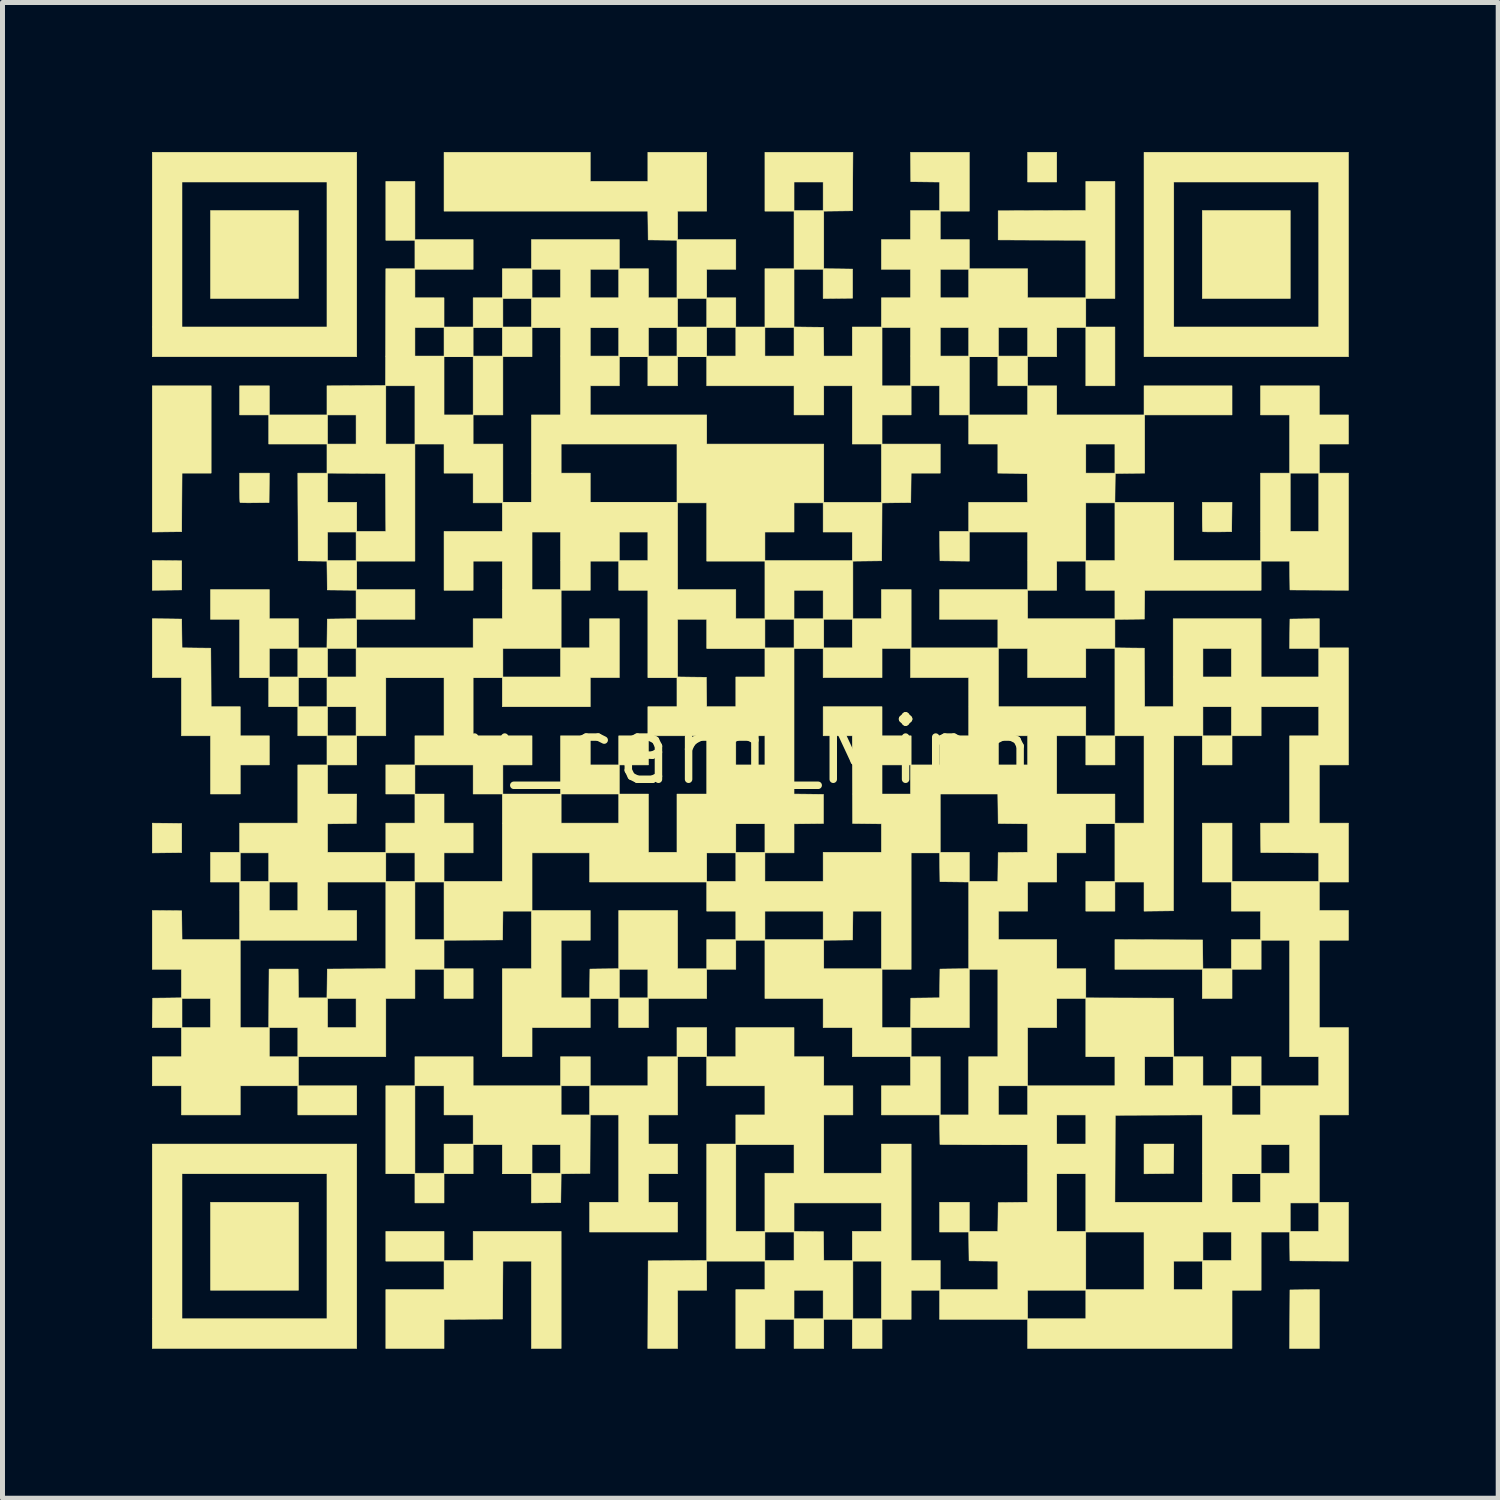
<source format=kicad_pcb>
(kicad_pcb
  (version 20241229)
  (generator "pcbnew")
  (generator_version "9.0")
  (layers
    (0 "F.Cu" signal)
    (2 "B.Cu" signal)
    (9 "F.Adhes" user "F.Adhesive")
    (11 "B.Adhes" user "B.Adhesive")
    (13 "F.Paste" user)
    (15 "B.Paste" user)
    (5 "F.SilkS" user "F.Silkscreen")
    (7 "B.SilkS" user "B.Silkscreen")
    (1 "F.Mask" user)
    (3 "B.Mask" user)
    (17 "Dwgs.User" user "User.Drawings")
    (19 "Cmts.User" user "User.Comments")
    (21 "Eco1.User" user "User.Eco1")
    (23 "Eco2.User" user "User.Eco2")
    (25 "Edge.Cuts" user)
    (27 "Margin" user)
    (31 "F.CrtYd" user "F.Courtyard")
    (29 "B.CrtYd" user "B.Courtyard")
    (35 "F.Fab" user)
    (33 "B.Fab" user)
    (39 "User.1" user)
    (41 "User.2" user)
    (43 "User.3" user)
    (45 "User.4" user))
  (footprint "v_card_Minh"
    (layer "F.Cu")
    (at 12.007 12.007)
    (property "Reference" "v_card_Minh" (at 0 0 0) (layer "F.SilkS") (effects (font (size 1.27 1.27) (thickness 0.15))))
    (attr through_hole)
    (fp_poly (pts (xy -9.068 -9.068) (xy -10.833 -9.068) (xy -10.833 -10.833) (xy -9.068 -10.833) (xy -9.068 -9.068)) (stroke (width 0.01) (type solid)) (fill yes) (layer "F.SilkS"))
    (fp_poly (pts (xy -9.068 10.833) (xy -10.833 10.833) (xy -10.833 9.068) (xy -9.068 9.068) (xy -9.068 10.833)) (stroke (width 0.01) (type solid)) (fill yes) (layer "F.SilkS"))
    (fp_poly (pts (xy -6.731 0.876) (xy -7.315 0.876) (xy -7.315 0.292) (xy -6.731 0.292) (xy -6.731 0.876)) (stroke (width 0.01) (type solid)) (fill yes) (layer "F.SilkS"))
    (fp_poly (pts (xy 6.147 -11.405) (xy 5.563 -11.405) (xy 5.563 -12.002) (xy 6.147 -12.002) (xy 6.147 -11.405)) (stroke (width 0.01) (type solid)) (fill yes) (layer "F.SilkS"))
    (fp_poly (pts (xy 7.315 0.292) (xy 6.731 0.292) (xy 6.731 -0.292) (xy 7.315 -0.292) (xy 7.315 0.292)) (stroke (width 0.01) (type solid)) (fill yes) (layer "F.SilkS"))
    (fp_poly (pts (xy 8.49 8.49) (xy 7.899 8.497) (xy 7.899 7.899) (xy 8.497 7.899) (xy 8.49 8.49)) (stroke (width 0.01) (type solid)) (fill yes) (layer "F.SilkS"))
    (fp_poly (pts (xy 10.833 -9.068) (xy 9.068 -9.068) (xy 9.068 -10.833) (xy 10.833 -10.833) (xy 10.833 -9.068)) (stroke (width 0.01) (type solid)) (fill yes) (layer "F.SilkS"))
    (fp_poly (pts (xy -11.706 -3.807) (xy -11.411 -3.804) (xy -11.411 -3.219) (xy -12.002 -3.213) (xy -12.002 -3.81) (xy -11.706 -3.807)) (stroke (width 0.01) (type solid)) (fill yes) (layer "F.SilkS"))
    (fp_poly (pts (xy -11.706 1.463) (xy -11.411 1.467) (xy -11.411 2.051) (xy -12.002 2.058) (xy -12.002 1.46) (xy -11.706 1.463)) (stroke (width 0.01) (type solid)) (fill yes) (layer "F.SilkS"))
    (fp_poly (pts (xy 11.417 12.002) (xy 10.82 12.002) (xy 10.827 10.827) (xy 11.122 10.823) (xy 11.417 10.82) (xy 11.417 12.002)) (stroke (width 0.01) (type solid)) (fill yes) (layer "F.SilkS"))
    (fp_poly (pts (xy -10.82 -5.563) (xy -11.404 -5.563) (xy -11.408 -4.975) (xy -11.411 -4.388) (xy -12.002 -4.381) (xy -12.002 -7.315) (xy -10.82 -7.315) (xy -10.82 -5.563)) (stroke (width 0.01) (type solid)) (fill yes) (layer "F.SilkS"))
    (fp_poly (pts (xy -7.899 -7.899) (xy -12.002 -7.899) (xy -12.002 -11.405) (xy -11.405 -11.405) (xy -11.405 -8.496) (xy -8.496 -8.496) (xy -8.496 -11.405) (xy -11.405 -11.405) (xy -12.002 -11.405) (xy -12.002 -12.002) (xy -7.899 -12.002) (xy -7.899 -7.899)) (stroke (width 0.01) (type solid)) (fill yes) (layer "F.SilkS"))
    (fp_poly (pts (xy -7.899 12.002) (xy -12.002 12.002) (xy -12.002 8.496) (xy -11.405 8.496) (xy -11.405 11.405) (xy -8.496 11.405) (xy -8.496 8.496) (xy -11.405 8.496) (xy -12.002 8.496) (xy -12.002 7.899) (xy -7.899 7.899) (xy -7.899 12.002)) (stroke (width 0.01) (type solid)) (fill yes) (layer "F.SilkS"))
    (fp_poly (pts (xy 12.002 -7.899) (xy 7.899 -7.899) (xy 7.899 -11.405) (xy 8.496 -11.405) (xy 8.496 -8.496) (xy 11.405 -8.496) (xy 11.405 -11.405) (xy 8.496 -11.405) (xy 7.899 -11.405) (xy 7.899 -12.002) (xy 12.002 -12.002) (xy 12.002 -7.899)) (stroke (width 0.01) (type solid)) (fill yes) (layer "F.SilkS"))
    (fp_poly (pts (xy -9.658 -4.972) (xy -9.945 -4.969) (xy -10.028 -4.968) (xy -10.102 -4.968) (xy -10.164 -4.969) (xy -10.21 -4.971) (xy -10.236 -4.973) (xy -10.24 -4.974) (xy -10.243 -4.989) (xy -10.245 -5.025) (xy -10.247 -5.079) (xy -10.248 -5.148) (xy -10.249 -5.227) (xy -10.249 -5.273) (xy -10.249 -5.563) (xy -9.652 -5.563) (xy -9.658 -4.972)) (stroke (width 0.01) (type solid)) (fill yes) (layer "F.SilkS"))
    (fp_poly (pts (xy 9.658 -4.388) (xy 9.372 -4.384) (xy 9.289 -4.384) (xy 9.215 -4.384) (xy 9.153 -4.385) (xy 9.107 -4.386) (xy 9.081 -4.388) (xy 9.076 -4.39) (xy 9.074 -4.404) (xy 9.072 -4.441) (xy 9.07 -4.495) (xy 9.069 -4.564) (xy 9.068 -4.643) (xy 9.068 -4.688) (xy 9.068 -4.978) (xy 9.665 -4.978) (xy 9.658 -4.388)) (stroke (width 0.01) (type solid)) (fill yes) (layer "F.SilkS"))
    (fp_poly (pts (xy -6.147 10.236) (xy -5.563 10.236) (xy -5.563 9.652) (xy -3.797 9.652) (xy -3.797 12.002) (xy -4.394 12.002) (xy -4.394 10.249) (xy -4.965 10.249) (xy -4.972 11.411) (xy -5.559 11.414) (xy -6.147 11.418) (xy -6.147 12.002) (xy -7.315 12.002) (xy -7.315 10.82) (xy -6.147 10.82) (xy -6.147 10.249) (xy -7.315 10.249) (xy -7.315 9.652) (xy -6.147 9.652) (xy -6.147 10.236)) (stroke (width 0.01) (type solid)) (fill yes) (layer "F.SilkS"))
    (fp_poly (pts (xy -11.706 -2.639) (xy -11.411 -2.635) (xy -11.408 -2.347) (xy -11.404 -2.058) (xy -11.115 -2.054) (xy -10.827 -2.051) (xy -10.823 -1.464) (xy -10.82 -0.876) (xy -10.236 -0.876) (xy -10.236 -0.292) (xy -9.652 -0.292) (xy -9.652 0.292) (xy -10.236 0.292) (xy -10.236 0.876) (xy -10.833 0.876) (xy -10.833 -0.292) (xy -11.417 -0.292) (xy -11.417 -1.46) (xy -12.002 -1.46) (xy -12.002 -2.642) (xy -11.706 -2.639)) (stroke (width 0.01) (type solid)) (fill yes) (layer "F.SilkS"))
    (fp_poly (pts (xy -0.876 6.147) (xy -1.46 6.147) (xy -1.46 7.315) (xy -2.045 7.315) (xy -2.045 7.899) (xy -1.46 7.899) (xy -1.46 8.496) (xy -2.045 8.496) (xy -2.045 9.068) (xy -1.46 9.068) (xy -1.46 9.665) (xy -3.226 9.665) (xy -3.226 9.068) (xy -2.642 9.068) (xy -2.642 7.315) (xy -3.213 7.315) (xy -3.216 7.903) (xy -3.219 8.49) (xy -3.508 8.493) (xy -3.797 8.497) (xy -3.8 8.785) (xy -3.804 9.074) (xy -4.394 9.081) (xy -4.394 8.496) (xy -4.978 8.496) (xy -4.978 7.912) (xy -4.381 7.912) (xy -4.381 8.484) (xy -3.81 8.484) (xy -3.81 7.912) (xy -4.381 7.912) (xy -4.978 7.912) (xy -5.563 7.912) (xy -5.563 8.496) (xy -6.147 8.496) (xy -6.147 9.081) (xy -6.731 9.081) (xy -6.731 8.496) (xy -7.315 8.496) (xy -7.315 6.731) (xy -6.731 6.731) (xy -6.731 8.484) (xy -6.147 8.484) (xy -6.147 7.899) (xy -5.563 7.899) (xy -5.563 7.315) (xy -6.147 7.315) (xy -6.147 6.731) (xy -6.731 6.731) (xy -6.731 6.147) (xy -5.563 6.147) (xy -5.563 6.731) (xy -3.81 6.731) (xy -3.797 6.731) (xy -3.797 7.315) (xy -3.226 7.315) (xy -3.226 6.731) (xy -3.797 6.731) (xy -3.81 6.731) (xy -3.81 6.147) (xy -3.213 6.147) (xy -3.213 6.731) (xy -2.057 6.731) (xy -2.057 6.147) (xy -1.473 6.147) (xy -1.473 5.563) (xy -0.876 5.563) (xy -0.876 6.147)) (stroke (width 0.01) (type solid)) (fill yes) (layer "F.SilkS"))
    (fp_poly (pts (xy -3.213 -11.417) (xy -2.057 -11.417) (xy -2.057 -12.002) (xy -0.876 -12.002) (xy -0.876 -10.82) (xy -1.46 -10.82) (xy -1.46 -10.249) (xy -0.292 -10.249) (xy -0.292 -9.652) (xy -0.876 -9.652) (xy -0.876 -9.081) (xy -0.292 -9.081) (xy -0.292 -8.496) (xy 0.292 -8.496) (xy 0.292 -9.665) (xy 0.876 -9.665) (xy 0.876 -10.82) (xy 0.292 -10.82) (xy 0.292 -11.405) (xy 0.876 -11.405) (xy 0.876 -10.833) (xy 1.46 -10.833) (xy 1.46 -11.405) (xy 0.876 -11.405) (xy 0.292 -11.405) (xy 0.292 -12.002) (xy 2.058 -12.002) (xy 2.054 -11.414) (xy 2.051 -10.827) (xy 1.473 -10.82) (xy 1.473 -9.665) (xy 1.762 -9.662) (xy 2.051 -9.658) (xy 2.051 -9.074) (xy 1.46 -9.067) (xy 1.46 -9.652) (xy 0.876 -9.652) (xy 0.876 -8.497) (xy 1.172 -8.493) (xy 1.467 -8.49) (xy 1.474 -7.912) (xy 2.045 -7.912) (xy 2.045 -8.484) (xy 2.642 -8.484) (xy 2.642 -7.315) (xy 3.213 -7.315) (xy 3.213 -7.899) (xy 4.394 -7.899) (xy 4.394 -6.731) (xy 5.563 -6.731) (xy 5.563 -7.315) (xy 4.966 -7.315) (xy 4.966 -7.899) (xy 4.394 -7.899) (xy 3.213 -7.899) (xy 3.213 -8.484) (xy 3.81 -8.484) (xy 3.81 -7.912) (xy 4.381 -7.912) (xy 4.381 -8.484) (xy 4.978 -8.484) (xy 4.978 -7.912) (xy 5.563 -7.912) (xy 5.563 -8.484) (xy 4.978 -8.484) (xy 4.381 -8.484) (xy 3.81 -8.484) (xy 3.213 -8.484) (xy 2.642 -8.484) (xy 2.045 -8.484) (xy 2.045 -8.496) (xy 2.629 -8.496) (xy 2.629 -9.081) (xy 3.213 -9.081) (xy 3.213 -9.652) (xy 3.81 -9.652) (xy 3.81 -9.081) (xy 4.381 -9.081) (xy 4.381 -9.652) (xy 3.81 -9.652) (xy 3.213 -9.652) (xy 2.629 -9.652) (xy 2.629 -10.249) (xy 3.213 -10.249) (xy 3.213 -10.833) (xy 3.797 -10.833) (xy 3.797 -11.404) (xy 3.219 -11.411) (xy 3.216 -11.706) (xy 3.213 -12.002) (xy 4.394 -12.002) (xy 4.394 -10.82) (xy 3.81 -10.82) (xy 3.81 -10.249) (xy 4.394 -10.249) (xy 4.394 -9.665) (xy 5.563 -9.665) (xy 5.563 -9.081) (xy 6.731 -9.081) (xy 6.731 -10.236) (xy 5.852 -10.239) (xy 4.972 -10.243) (xy 4.972 -10.827) (xy 6.731 -10.833) (xy 6.731 -11.417) (xy 7.315 -11.417) (xy 7.315 -9.068) (xy 6.731 -9.068) (xy 6.731 -8.496) (xy 7.315 -8.496) (xy 7.315 -7.315) (xy 6.731 -7.315) (xy 6.731 -8.484) (xy 6.147 -8.484) (xy 6.147 -7.899) (xy 5.563 -7.899) (xy 5.563 -7.315) (xy 6.147 -7.315) (xy 6.147 -6.731) (xy 7.899 -6.731) (xy 7.899 -7.315) (xy 9.665 -7.315) (xy 9.665 -6.731) (xy 7.912 -6.731) (xy 7.912 -5.563) (xy 7.617 -5.56) (xy 7.322 -5.556) (xy 7.318 -5.267) (xy 7.315 -4.978) (xy 8.496 -4.978) (xy 8.496 -3.81) (xy 10.236 -3.81) (xy 10.236 -5.563) (xy 10.82 -5.563) (xy 10.833 -5.563) (xy 10.833 -4.394) (xy 11.405 -4.394) (xy 11.405 -5.563) (xy 10.833 -5.563) (xy 10.82 -5.563) (xy 10.82 -6.731) (xy 10.236 -6.731) (xy 10.236 -7.315) (xy 11.417 -7.315) (xy 11.417 -6.731) (xy 12.002 -6.731) (xy 12.002 -6.147) (xy 11.417 -6.147) (xy 11.417 -5.563) (xy 12.002 -5.563) (xy 12.002 -4.388) (xy 12.001 -3.213) (xy 11.414 -3.216) (xy 10.827 -3.219) (xy 10.823 -3.508) (xy 10.82 -3.797) (xy 10.534 -3.797) (xy 10.249 -3.797) (xy 10.249 -3.213) (xy 7.913 -3.213) (xy 7.906 -2.635) (xy 7.315 -2.628) (xy 7.315 -2.058) (xy 7.61 -2.054) (xy 7.906 -2.051) (xy 7.909 -1.464) (xy 7.912 -0.876) (xy 8.484 -0.876) (xy 9.081 -0.876) (xy 9.081 -0.292) (xy 9.652 -0.292) (xy 9.652 -0.876) (xy 9.081 -0.876) (xy 8.484 -0.876) (xy 8.484 -2.045) (xy 9.081 -2.045) (xy 9.081 -1.473) (xy 9.652 -1.473) (xy 9.652 -2.045) (xy 9.081 -2.045) (xy 8.484 -2.045) (xy 8.484 -2.642) (xy 10.249 -2.642) (xy 10.249 -1.473) (xy 11.405 -1.473) (xy 11.405 -2.045) (xy 10.82 -2.045) (xy 10.823 -2.34) (xy 10.827 -2.635) (xy 11.122 -2.639) (xy 11.417 -2.642) (xy 11.417 -2.057) (xy 12.002 -2.057) (xy 12.002 0.292) (xy 11.417 0.292) (xy 11.417 1.46) (xy 12.002 1.46) (xy 12.002 2.642) (xy 11.417 2.642) (xy 11.417 3.213) (xy 12.002 3.213) (xy 12.002 3.81) (xy 11.417 3.81) (xy 11.417 5.563) (xy 12.002 5.563) (xy 12.002 7.315) (xy 11.417 7.315) (xy 11.417 9.068) (xy 12.002 9.068) (xy 12.001 9.658) (xy 12.001 10.249) (xy 11.414 10.246) (xy 10.827 10.243) (xy 10.823 9.954) (xy 10.82 9.665) (xy 10.249 9.665) (xy 10.249 10.833) (xy 9.665 10.833) (xy 9.665 12.002) (xy 5.563 12.002) (xy 5.563 11.417) (xy 3.797 11.417) (xy 3.797 10.833) (xy 5.563 10.833) (xy 5.563 11.405) (xy 6.731 11.405) (xy 6.731 10.833) (xy 5.563 10.833) (xy 3.797 10.833) (xy 3.226 10.833) (xy 3.226 11.417) (xy 2.642 11.417) (xy 2.642 12.002) (xy 2.045 12.002) (xy 2.045 11.417) (xy 1.473 11.417) (xy 1.473 12.002) (xy 0.876 12.002) (xy 0.876 11.417) (xy 0.292 11.417) (xy 0.292 12.002) (xy -0.292 12.002) (xy -0.292 10.833) (xy 0.876 10.833) (xy 0.876 11.405) (xy 1.46 11.405) (xy 1.46 10.833) (xy 0.876 10.833) (xy -0.292 10.833) (xy -0.292 10.82) (xy 0.292 10.82) (xy 0.292 10.249) (xy 2.057 10.249) (xy 2.057 11.405) (xy 2.629 11.405) (xy 2.629 10.249) (xy 2.057 10.249) (xy 0.292 10.249) (xy -0.876 10.249) (xy -0.876 10.833) (xy -1.46 10.833) (xy -1.46 12.002) (xy -2.058 12.002) (xy -2.051 10.243) (xy -0.876 10.236) (xy -0.876 9.665) (xy 0.292 9.665) (xy 0.292 10.236) (xy 0.876 10.236) (xy 0.876 9.665) (xy 0.292 9.665) (xy -0.876 9.665) (xy -0.876 7.912) (xy -0.292 7.912) (xy -0.292 9.652) (xy 0.292 9.652) (xy 0.292 9.081) (xy 0.876 9.081) (xy 0.876 9.652) (xy 1.172 9.655) (xy 1.467 9.658) (xy 1.474 10.236) (xy 2.045 10.236) (xy 2.045 9.652) (xy 2.629 9.652) (xy 2.629 9.081) (xy 0.876 9.081) (xy 0.292 9.081) (xy 0.292 8.484) (xy 0.876 8.484) (xy 0.876 7.912) (xy -0.292 7.912) (xy -0.876 7.912) (xy -0.876 7.899) (xy -0.292 7.899) (xy -0.292 7.315) (xy 0.292 7.315) (xy 0.292 6.731) (xy -0.876 6.731) (xy -0.876 6.147) (xy -0.292 6.147) (xy -0.292 5.563) (xy 0.876 5.563) (xy 0.876 6.147) (xy 1.473 6.147) (xy 1.473 6.731) (xy 2.057 6.731) (xy 2.057 7.315) (xy 1.473 7.315) (xy 1.473 8.484) (xy 2.629 8.484) (xy 2.629 7.899) (xy 3.226 7.899) (xy 3.226 10.236) (xy 3.81 10.236) (xy 3.81 10.82) (xy 4.966 10.82) (xy 4.966 10.249) (xy 4.388 10.243) (xy 4.384 9.954) (xy 4.381 9.665) (xy 6.731 9.665) (xy 6.731 10.82) (xy 7.899 10.82) (xy 7.899 10.249) (xy 8.496 10.249) (xy 8.496 10.82) (xy 9.068 10.82) (xy 9.068 10.249) (xy 8.496 10.249) (xy 7.899 10.249) (xy 7.899 9.665) (xy 9.081 9.665) (xy 9.081 10.236) (xy 9.652 10.236) (xy 9.652 9.665) (xy 9.081 9.665) (xy 7.899 9.665) (xy 6.731 9.665) (xy 4.381 9.665) (xy 3.797 9.665) (xy 3.797 9.068) (xy 4.394 9.068) (xy 4.394 9.652) (xy 4.965 9.652) (xy 4.969 9.363) (xy 4.972 9.074) (xy 5.267 9.071) (xy 5.563 9.067) (xy 5.563 8.496) (xy 6.147 8.496) (xy 6.147 9.652) (xy 6.731 9.652) (xy 6.731 9.081) (xy 10.833 9.081) (xy 10.833 9.652) (xy 11.405 9.652) (xy 11.405 9.081) (xy 10.833 9.081) (xy 6.731 9.081) (xy 6.731 9.068) (xy 7.315 9.068) (xy 9.068 9.068) (xy 9.068 8.496) (xy 9.665 8.496) (xy 9.665 9.068) (xy 10.236 9.068) (xy 10.236 8.496) (xy 9.665 8.496) (xy 9.068 8.496) (xy 9.068 7.912) (xy 10.249 7.912) (xy 10.249 8.484) (xy 10.82 8.484) (xy 10.82 7.912) (xy 10.249 7.912) (xy 9.068 7.912) (xy 9.068 7.315) (xy 7.322 7.322) (xy 7.315 9.068) (xy 6.731 9.068) (xy 6.731 8.496) (xy 6.147 8.496) (xy 5.563 8.496) (xy 5.563 7.912) (xy 4.683 7.909) (xy 3.804 7.906) (xy 3.8 7.61) (xy 3.797 7.315) (xy 2.629 7.315) (xy 2.629 6.731) (xy 3.213 6.731) (xy 3.213 6.147) (xy 2.045 6.147) (xy 2.045 5.563) (xy 1.46 5.563) (xy 1.46 4.978) (xy 0.292 4.978) (xy 0.292 4.394) (xy 2.642 4.394) (xy 2.642 5.563) (xy 3.213 5.563) (xy 3.226 5.563) (xy 3.226 6.147) (xy 3.81 6.147) (xy 3.81 7.315) (xy 4.381 7.315) (xy 4.381 6.731) (xy 4.978 6.731) (xy 4.978 7.315) (xy 5.563 7.315) (xy 6.147 7.315) (xy 6.147 7.899) (xy 6.731 7.899) (xy 6.731 7.315) (xy 6.147 7.315) (xy 5.563 7.315) (xy 5.563 6.731) (xy 4.978 6.731) (xy 4.381 6.731) (xy 4.381 6.147) (xy 4.966 6.147) (xy 4.966 5.563) (xy 5.563 5.563) (xy 5.563 6.731) (xy 7.315 6.731) (xy 7.315 6.147) (xy 7.912 6.147) (xy 7.912 6.731) (xy 8.484 6.731) (xy 8.484 6.147) (xy 7.912 6.147) (xy 7.315 6.147) (xy 6.731 6.147) (xy 6.731 4.978) (xy 6.147 4.978) (xy 6.147 5.563) (xy 5.563 5.563) (xy 4.966 5.563) (xy 4.966 4.394) (xy 4.394 4.394) (xy 4.394 5.563) (xy 3.226 5.563) (xy 3.213 5.563) (xy 3.216 5.267) (xy 3.219 4.972) (xy 3.797 4.965) (xy 3.804 4.388) (xy 4.093 4.384) (xy 4.381 4.381) (xy 4.381 3.226) (xy 4.978 3.226) (xy 4.978 3.797) (xy 6.147 3.797) (xy 6.147 4.381) (xy 6.731 4.381) (xy 6.731 4.966) (xy 8.49 4.972) (xy 8.493 5.559) (xy 8.497 6.147) (xy 9.081 6.147) (xy 9.081 6.731) (xy 9.652 6.731) (xy 9.665 6.731) (xy 9.665 7.315) (xy 10.236 7.315) (xy 10.236 6.731) (xy 9.665 6.731) (xy 9.652 6.731) (xy 9.652 6.147) (xy 10.249 6.147) (xy 10.249 6.731) (xy 11.405 6.731) (xy 11.405 6.147) (xy 10.82 6.147) (xy 10.82 3.81) (xy 10.249 3.81) (xy 10.249 4.394) (xy 9.665 4.394) (xy 9.665 4.978) (xy 9.068 4.978) (xy 9.068 4.394) (xy 7.315 4.394) (xy 7.315 3.797) (xy 9.074 3.804) (xy 9.081 4.381) (xy 9.652 4.381) (xy 9.652 3.797) (xy 10.236 3.797) (xy 10.236 3.226) (xy 9.652 3.226) (xy 9.652 2.642) (xy 9.068 2.642) (xy 9.068 1.46) (xy 9.665 1.46) (xy 9.665 2.629) (xy 11.405 2.629) (xy 11.405 2.058) (xy 10.243 2.051) (xy 10.239 1.756) (xy 10.236 1.46) (xy 10.82 1.46) (xy 10.82 -0.292) (xy 11.405 -0.292) (xy 11.405 -0.876) (xy 10.249 -0.876) (xy 10.249 -0.292) (xy 9.665 -0.292) (xy 9.665 0.292) (xy 9.068 0.292) (xy 9.068 -0.292) (xy 8.496 -0.292) (xy 8.493 1.464) (xy 8.49 3.219) (xy 7.899 3.226) (xy 7.899 2.642) (xy 7.315 2.642) (xy 7.315 3.226) (xy 6.731 3.226) (xy 6.731 2.629) (xy 7.315 2.629) (xy 7.315 1.473) (xy 6.731 1.473) (xy 6.731 2.057) (xy 6.147 2.057) (xy 6.147 2.642) (xy 5.563 2.642) (xy 5.563 3.226) (xy 4.978 3.226) (xy 4.381 3.226) (xy 4.381 2.642) (xy 3.804 2.635) (xy 3.8 2.346) (xy 3.797 2.057) (xy 3.226 2.057) (xy 3.226 4.394) (xy 2.642 4.394) (xy 0.292 4.394) (xy 0.292 3.81) (xy 1.473 3.81) (xy 1.473 4.381) (xy 2.629 4.381) (xy 2.629 3.226) (xy 2.058 3.226) (xy 2.051 3.804) (xy 1.473 3.81) (xy 0.292 3.81) (xy 0.292 3.81) (xy -0.292 3.81) (xy -0.292 4.394) (xy -0.876 4.394) (xy -0.876 4.978) (xy -2.045 4.978) (xy -2.045 5.563) (xy -2.642 5.563) (xy -2.642 4.978) (xy -3.213 4.978) (xy -3.213 5.563) (xy -4.381 5.563) (xy -4.381 6.147) (xy -4.978 6.147) (xy -4.978 4.381) (xy -4.394 4.381) (xy -4.394 3.226) (xy -4.965 3.226) (xy -4.972 3.804) (xy -5.559 3.807) (xy -6.147 3.81) (xy -6.147 4.381) (xy -5.563 4.381) (xy -5.563 4.978) (xy -6.147 4.978) (xy -6.147 4.394) (xy -6.731 4.394) (xy -6.731 4.978) (xy -7.315 4.978) (xy -7.315 6.147) (xy -9.068 6.147) (xy -9.068 6.731) (xy -7.899 6.731) (xy -7.899 7.315) (xy -9.081 7.315) (xy -9.081 6.731) (xy -10.236 6.731) (xy -10.236 7.315) (xy -11.417 7.315) (xy -11.417 6.731) (xy -12.002 6.731) (xy -12.002 6.147) (xy -11.417 6.147) (xy -11.417 5.563) (xy -12.002 5.563) (xy -11.999 5.267) (xy -11.995 4.978) (xy -11.405 4.978) (xy -11.405 5.563) (xy -10.833 5.563) (xy -10.833 4.978) (xy -11.405 4.978) (xy -11.995 4.978) (xy -11.995 4.972) (xy -11.706 4.969) (xy -11.417 4.965) (xy -11.417 4.394) (xy -12.002 4.394) (xy -12.002 3.81) (xy -10.236 3.81) (xy -10.236 5.563) (xy -9.665 5.563) (xy -9.652 5.563) (xy -9.652 6.147) (xy -9.081 6.147) (xy -9.081 5.563) (xy -9.652 5.563) (xy -9.665 5.563) (xy -9.662 4.978) (xy -8.484 4.978) (xy -8.484 5.563) (xy -7.912 5.563) (xy -7.912 4.978) (xy -8.484 4.978) (xy -9.662 4.978) (xy -9.658 4.388) (xy -9.074 4.388) (xy -9.067 4.966) (xy -8.497 4.966) (xy -8.493 4.677) (xy -8.49 4.388) (xy -7.315 4.381) (xy -7.315 2.642) (xy -6.731 2.642) (xy -6.731 3.797) (xy -6.147 3.797) (xy -6.147 2.642) (xy -6.731 2.642) (xy -7.315 2.642) (xy -8.484 2.642) (xy -8.484 3.213) (xy -7.899 3.213) (xy -7.899 3.81) (xy -10.236 3.81) (xy -12.002 3.81) (xy -12.002 3.213) (xy -11.706 3.216) (xy -11.411 3.219) (xy -11.404 3.797) (xy -10.249 3.797) (xy -10.249 2.642) (xy -9.652 2.642) (xy -9.652 3.213) (xy -9.081 3.213) (xy -9.081 2.642) (xy -9.652 2.642) (xy -10.249 2.642) (xy -10.833 2.642) (xy -10.833 2.057) (xy -10.236 2.057) (xy -10.236 2.629) (xy -9.665 2.629) (xy -9.665 2.057) (xy -7.315 2.057) (xy -7.315 2.629) (xy -6.731 2.629) (xy -6.731 2.057) (xy -7.315 2.057) (xy -9.665 2.057) (xy -10.236 2.057) (xy -10.833 2.057) (xy -10.833 2.045) (xy -10.249 2.045) (xy -10.249 1.46) (xy -9.081 1.46) (xy -9.081 0.292) (xy -8.496 0.292) (xy -8.484 0.292) (xy -8.484 0.876) (xy -7.899 0.876) (xy -7.906 1.467) (xy -8.484 1.474) (xy -8.484 2.045) (xy -7.315 2.045) (xy -7.315 1.46) (xy -6.731 1.46) (xy -6.731 0.876) (xy -6.147 0.876) (xy -6.147 1.46) (xy -5.563 1.46) (xy -5.563 2.057) (xy -6.147 2.057) (xy -6.147 2.629) (xy -4.978 2.629) (xy -4.978 2.057) (xy -4.381 2.057) (xy -4.381 3.213) (xy -3.213 3.213) (xy -3.213 3.81) (xy -3.797 3.81) (xy -3.797 4.966) (xy -3.226 4.966) (xy -3.223 4.677) (xy -3.22 4.394) (xy -2.629 4.394) (xy -2.629 4.966) (xy -2.057 4.966) (xy -2.057 4.394) (xy -2.629 4.394) (xy -3.22 4.394) (xy -3.219 4.388) (xy -2.931 4.384) (xy -2.642 4.381) (xy -2.642 3.213) (xy -1.46 3.213) (xy -1.46 4.381) (xy -0.876 4.381) (xy -0.876 3.797) (xy -0.292 3.797) (xy -0.292 3.226) (xy 0.292 3.226) (xy 0.292 3.797) (xy 1.46 3.797) (xy 1.46 3.226) (xy 0.292 3.226) (xy -0.292 3.226) (xy -0.876 3.226) (xy -0.876 2.642) (xy -3.226 2.642) (xy -3.226 2.057) (xy -0.876 2.057) (xy -0.876 2.629) (xy -0.292 2.629) (xy -0.292 2.057) (xy 0.292 2.057) (xy 0.292 2.629) (xy 1.46 2.629) (xy 1.46 2.045) (xy 2.629 2.045) (xy 2.629 1.474) (xy 2.051 1.467) (xy 2.047 0.292) (xy 2.642 0.292) (xy 2.642 0.876) (xy 3.213 0.876) (xy 3.81 0.876) (xy 3.81 2.045) (xy 4.394 2.045) (xy 4.394 2.629) (xy 4.965 2.629) (xy 4.969 2.34) (xy 4.972 2.051) (xy 5.267 2.048) (xy 5.563 2.044) (xy 5.563 1.474) (xy 4.972 1.467) (xy 4.969 1.172) (xy 4.965 0.876) (xy 3.81 0.876) (xy 3.213 0.876) (xy 3.213 0.292) (xy 2.642 0.292) (xy 2.047 0.292) (xy 2.045 -0.292) (xy 1.46 -0.292) (xy 1.46 -0.876) (xy 2.642 -0.876) (xy 2.642 -0.292) (xy 3.226 -0.292) (xy 3.226 0.292) (xy 3.797 0.292) (xy 3.797 -0.292) (xy 4.381 -0.292) (xy 4.978 -0.292) (xy 4.978 0.292) (xy 5.563 0.292) (xy 5.563 -0.292) (xy 4.978 -0.292) (xy 4.381 -0.292) (xy 4.381 -1.46) (xy 3.213 -1.46) (xy 3.213 -2.045) (xy 4.978 -2.045) (xy 4.978 -0.876) (xy 6.731 -0.876) (xy 6.731 -0.292) (xy 6.147 -0.292) (xy 6.147 0.876) (xy 7.315 0.876) (xy 7.315 1.46) (xy 7.899 1.46) (xy 7.899 -0.292) (xy 7.315 -0.292) (xy 7.315 -2.045) (xy 6.731 -2.045) (xy 6.731 -1.46) (xy 5.563 -1.46) (xy 5.563 -2.045) (xy 4.978 -2.045) (xy 3.213 -2.045) (xy 2.642 -2.045) (xy 2.642 -1.46) (xy 1.46 -1.46) (xy 1.46 -2.045) (xy 0.876 -2.045) (xy 0.876 0.876) (xy 1.172 0.879) (xy 1.467 0.883) (xy 1.467 1.467) (xy 0.876 1.474) (xy 0.876 2.057) (xy 0.292 2.057) (xy -0.292 2.057) (xy -0.876 2.057) (xy -3.226 2.057) (xy -4.381 2.057) (xy -4.978 2.057) (xy -4.978 0.876) (xy -5.563 0.876) (xy -5.563 0.292) (xy -6.731 0.292) (xy -6.731 -0.292) (xy -6.147 -0.292) (xy -6.147 -1.46) (xy -5.563 -1.46) (xy -5.563 -0.292) (xy -4.381 -0.292) (xy -4.381 0.292) (xy -4.966 0.292) (xy -4.966 0.876) (xy -3.81 0.876) (xy -3.797 0.876) (xy -3.797 1.46) (xy -2.642 1.46) (xy -2.642 0.876) (xy -3.797 0.876) (xy -3.81 0.876) (xy -3.81 -0.292) (xy -3.213 -0.292) (xy -3.213 0.292) (xy -2.642 0.292) (xy -2.629 0.292) (xy -2.629 0.876) (xy -2.045 0.876) (xy -2.045 2.045) (xy -1.473 2.045) (xy -1.473 1.473) (xy -0.292 1.473) (xy -0.292 2.045) (xy 0.292 2.045) (xy 0.292 1.473) (xy -0.292 1.473) (xy -1.473 1.473) (xy -1.473 0.876) (xy -0.876 0.876) (xy -0.876 -0.292) (xy -0.292 -0.292) (xy -0.292 0.292) (xy 0.292 0.292) (xy 0.292 -0.292) (xy -0.292 -0.292) (xy -0.876 -0.292) (xy -2.045 -0.292) (xy -2.045 0.292) (xy -2.629 0.292) (xy -2.642 0.292) (xy -2.642 -0.292) (xy -2.057 -0.292) (xy -2.057 -0.876) (xy -1.473 -0.876) (xy -1.473 -1.46) (xy -2.057 -1.46) (xy -2.057 -2.629) (xy -1.46 -2.629) (xy -1.46 -1.474) (xy -1.172 -1.47) (xy -0.883 -1.467) (xy -0.876 -0.876) (xy -0.292 -0.876) (xy -0.292 -1.473) (xy 0.292 -1.473) (xy 0.292 -2.045) (xy -0.876 -2.045) (xy -0.876 -2.629) (xy 0.292 -2.629) (xy 0.292 -2.057) (xy 0.876 -2.057) (xy 0.876 -2.629) (xy 1.473 -2.629) (xy 1.473 -2.057) (xy 2.045 -2.057) (xy 2.045 -2.629) (xy 1.473 -2.629) (xy 0.876 -2.629) (xy 0.292 -2.629) (xy -0.876 -2.629) (xy -1.46 -2.629) (xy -2.057 -2.629) (xy -2.057 -3.213) (xy -2.642 -3.213) (xy -2.642 -3.797) (xy -3.213 -3.797) (xy -3.213 -3.213) (xy -3.797 -3.213) (xy -3.797 -2.057) (xy -3.226 -2.057) (xy -3.226 -2.642) (xy -2.629 -2.642) (xy -2.629 -1.46) (xy -3.213 -1.46) (xy -3.213 -0.876) (xy -4.978 -0.876) (xy -4.978 -1.46) (xy -5.563 -1.46) (xy -6.147 -1.46) (xy -7.315 -1.46) (xy -7.315 -0.292) (xy -7.899 -0.292) (xy -7.899 0.292) (xy -8.484 0.292) (xy -8.496 0.292) (xy -8.496 -0.292) (xy -9.081 -0.292) (xy -9.081 -0.876) (xy -9.665 -0.876) (xy -9.665 -1.46) (xy -9.068 -1.46) (xy -9.068 -0.876) (xy -8.496 -0.876) (xy -8.484 -0.876) (xy -8.484 -0.292) (xy -7.912 -0.292) (xy -7.912 -0.876) (xy -8.484 -0.876) (xy -8.496 -0.876) (xy -8.496 -1.46) (xy -9.068 -1.46) (xy -9.665 -1.46) (xy -10.249 -1.46) (xy -10.249 -2.045) (xy -9.652 -2.045) (xy -9.652 -1.473) (xy -9.081 -1.473) (xy -9.081 -2.045) (xy -8.484 -2.045) (xy -8.484 -1.473) (xy -7.912 -1.473) (xy -7.912 -2.045) (xy -4.966 -2.045) (xy -4.966 -1.473) (xy -3.81 -1.473) (xy -3.81 -2.045) (xy -4.966 -2.045) (xy -7.912 -2.045) (xy -8.484 -2.045) (xy -9.081 -2.045) (xy -9.652 -2.045) (xy -10.249 -2.045) (xy -10.249 -2.629) (xy -10.833 -2.629) (xy -10.833 -3.226) (xy -9.652 -3.226) (xy -9.652 -2.642) (xy -9.068 -2.642) (xy -9.068 -2.057) (xy -8.497 -2.057) (xy -8.493 -2.346) (xy -8.49 -2.635) (xy -8.201 -2.639) (xy -7.912 -2.642) (xy -7.912 -3.213) (xy -8.201 -3.216) (xy -8.49 -3.219) (xy -8.493 -3.508) (xy -8.497 -3.797) (xy -8.537 -3.797) (xy -7.899 -3.797) (xy -7.899 -3.226) (xy -6.731 -3.226) (xy -6.731 -2.629) (xy -7.899 -2.629) (xy -7.899 -2.057) (xy -5.563 -2.057) (xy -5.563 -2.642) (xy -4.978 -2.642) (xy -4.978 -3.797) (xy -5.563 -3.797) (xy -5.563 -3.213) (xy -6.147 -3.213) (xy -6.147 -4.381) (xy -4.381 -4.381) (xy -4.381 -3.226) (xy -3.81 -3.226) (xy -3.81 -4.381) (xy -2.629 -4.381) (xy -2.629 -3.81) (xy -2.057 -3.81) (xy -2.057 -4.381) (xy -2.629 -4.381) (xy -3.81 -4.381) (xy -4.381 -4.381) (xy -6.147 -4.381) (xy -6.147 -4.394) (xy -4.978 -4.394) (xy -4.978 -4.966) (xy -1.46 -4.966) (xy -1.46 -3.226) (xy -0.292 -3.226) (xy -0.292 -2.642) (xy 0.292 -2.642) (xy 0.292 -3.213) (xy 0.876 -3.213) (xy 0.876 -2.642) (xy 1.46 -2.642) (xy 1.46 -3.213) (xy 0.876 -3.213) (xy 0.292 -3.213) (xy 0.292 -3.797) (xy 2.057 -3.797) (xy 2.057 -2.642) (xy 2.629 -2.642) (xy 2.629 -3.226) (xy 3.226 -3.226) (xy 3.226 -2.057) (xy 4.966 -2.057) (xy 4.966 -2.629) (xy 3.797 -2.629) (xy 3.797 -3.213) (xy 5.563 -3.213) (xy 5.563 -2.642) (xy 7.315 -2.642) (xy 7.315 -3.213) (xy 6.731 -3.213) (xy 6.731 -3.797) (xy 6.147 -3.797) (xy 6.147 -3.213) (xy 5.563 -3.213) (xy 3.797 -3.213) (xy 3.797 -3.226) (xy 5.563 -3.226) (xy 5.563 -4.381) (xy 4.394 -4.381) (xy 4.394 -3.797) (xy 3.804 -3.804) (xy 3.8 -4.099) (xy 3.797 -4.394) (xy 4.381 -4.394) (xy 4.381 -4.966) (xy 6.731 -4.966) (xy 6.731 -3.81) (xy 7.315 -3.81) (xy 7.315 -4.966) (xy 6.731 -4.966) (xy 4.381 -4.966) (xy 4.381 -4.978) (xy 5.563 -4.978) (xy 5.556 -5.556) (xy 5.261 -5.56) (xy 4.966 -5.563) (xy 4.966 -6.147) (xy 6.731 -6.147) (xy 6.731 -5.563) (xy 7.315 -5.563) (xy 7.315 -6.147) (xy 6.731 -6.147) (xy 4.966 -6.147) (xy 4.381 -6.147) (xy 4.381 -6.731) (xy 3.797 -6.731) (xy 3.797 -7.315) (xy 3.226 -7.315) (xy 3.226 -6.731) (xy 2.642 -6.731) (xy 2.642 -6.147) (xy 3.81 -6.147) (xy 3.81 -5.563) (xy 3.226 -5.563) (xy 3.219 -4.972) (xy 2.931 -4.969) (xy 2.642 -4.965) (xy 2.639 -4.384) (xy 2.635 -3.804) (xy 2.057 -3.797) (xy 0.292 -3.797) (xy 0.292 -3.797) (xy -0.876 -3.797) (xy -0.876 -4.381) (xy 0.292 -4.381) (xy 0.292 -3.81) (xy 2.045 -3.81) (xy 2.045 -4.381) (xy 1.46 -4.381) (xy 1.46 -4.966) (xy 0.876 -4.966) (xy 0.876 -4.381) (xy 0.292 -4.381) (xy -0.876 -4.381) (xy -0.876 -4.966) (xy -1.46 -4.966) (xy -4.978 -4.966) (xy -5.563 -4.966) (xy -5.563 -5.563) (xy -6.147 -5.563) (xy -6.147 -6.147) (xy -6.731 -6.147) (xy -6.731 -3.797) (xy -7.899 -3.797) (xy -8.537 -3.797) (xy -8.785 -3.8) (xy -9.074 -3.804) (xy -9.076 -4.381) (xy -8.484 -4.381) (xy -8.484 -3.81) (xy -7.912 -3.81) (xy -7.912 -4.381) (xy -8.484 -4.381) (xy -9.076 -4.381) (xy -9.077 -4.683) (xy -9.079 -4.978) (xy -8.484 -4.978) (xy -7.899 -4.978) (xy -7.899 -4.394) (xy -7.315 -4.394) (xy -7.322 -5.556) (xy -7.903 -5.56) (xy -8.484 -5.563) (xy -8.484 -4.978) (xy -9.079 -4.978) (xy -9.081 -5.563) (xy -8.788 -5.563) (xy -8.496 -5.563) (xy -8.496 -6.147) (xy -9.665 -6.147) (xy -9.665 -6.731) (xy -10.249 -6.731) (xy -10.249 -7.315) (xy -9.652 -7.315) (xy -9.652 -6.731) (xy -8.496 -6.731) (xy -8.484 -6.731) (xy -8.484 -6.147) (xy -7.912 -6.147) (xy -7.912 -6.731) (xy -8.484 -6.731) (xy -8.496 -6.731) (xy -8.496 -7.315) (xy -8.451 -7.315) (xy -7.315 -7.315) (xy -7.315 -6.147) (xy -6.731 -6.147) (xy -6.731 -7.315) (xy -7.315 -7.315) (xy -8.451 -7.315) (xy -7.909 -7.318) (xy -7.322 -7.322) (xy -7.32 -7.899) (xy -6.147 -7.899) (xy -6.147 -6.731) (xy -5.563 -6.731) (xy -5.563 -6.147) (xy -4.966 -6.147) (xy -4.966 -4.978) (xy -4.394 -4.978) (xy -4.394 -6.147) (xy -3.797 -6.147) (xy -3.797 -5.563) (xy -3.213 -5.563) (xy -3.213 -4.978) (xy -1.473 -4.978) (xy -1.473 -6.147) (xy -3.797 -6.147) (xy -4.394 -6.147) (xy -4.394 -6.731) (xy -3.81 -6.731) (xy -3.81 -7.315) (xy -3.213 -7.315) (xy -3.213 -6.731) (xy -0.876 -6.731) (xy -0.876 -6.147) (xy 1.473 -6.147) (xy 1.473 -4.978) (xy 2.629 -4.978) (xy 2.629 -6.147) (xy 2.045 -6.147) (xy 2.045 -7.315) (xy 1.473 -7.315) (xy 1.473 -6.731) (xy 0.876 -6.731) (xy 0.876 -7.315) (xy -0.876 -7.315) (xy -0.876 -7.899) (xy -1.46 -7.899) (xy -1.46 -7.315) (xy -2.057 -7.315) (xy -2.057 -7.899) (xy -2.629 -7.899) (xy -2.629 -7.315) (xy -3.213 -7.315) (xy -3.81 -7.315) (xy -3.81 -8.484) (xy -3.213 -8.484) (xy -3.213 -7.912) (xy -2.642 -7.912) (xy -2.642 -8.484) (xy -2.045 -8.484) (xy -2.045 -7.912) (xy -1.473 -7.912) (xy -1.473 -8.484) (xy -0.876 -8.484) (xy -0.876 -7.912) (xy -0.292 -7.912) (xy -0.292 -8.484) (xy 0.292 -8.484) (xy 0.292 -7.912) (xy 0.876 -7.912) (xy 0.876 -8.484) (xy 0.292 -8.484) (xy -0.292 -8.484) (xy -0.876 -8.484) (xy -1.473 -8.484) (xy -2.045 -8.484) (xy -2.642 -8.484) (xy -3.213 -8.484) (xy -3.81 -8.484) (xy -4.381 -8.484) (xy -4.381 -7.899) (xy -4.966 -7.899) (xy -4.966 -6.731) (xy -5.563 -6.731) (xy -5.563 -7.899) (xy -6.147 -7.899) (xy -7.32 -7.899) (xy -7.318 -8.484) (xy -6.731 -8.484) (xy -6.731 -7.912) (xy -6.147 -7.912) (xy -6.147 -8.484) (xy -5.563 -8.484) (xy -5.563 -7.912) (xy -4.978 -7.912) (xy -4.978 -8.484) (xy -5.563 -8.484) (xy -6.147 -8.484) (xy -6.731 -8.484) (xy -7.318 -8.484) (xy -7.315 -9.665) (xy -6.731 -9.665) (xy -6.731 -10.236) (xy -7.315 -10.236) (xy -7.315 -11.417) (xy -6.731 -11.417) (xy -6.731 -10.249) (xy -5.563 -10.249) (xy -5.563 -9.652) (xy -6.731 -9.652) (xy -6.731 -9.081) (xy -6.147 -9.081) (xy -6.147 -8.496) (xy -5.563 -8.496) (xy -5.563 -9.068) (xy -4.966 -9.068) (xy -4.966 -8.496) (xy -4.394 -8.496) (xy -4.394 -9.068) (xy -1.46 -9.068) (xy -1.46 -8.496) (xy -0.876 -8.496) (xy -0.876 -9.068) (xy -1.46 -9.068) (xy -4.394 -9.068) (xy -4.966 -9.068) (xy -5.563 -9.068) (xy -5.563 -9.081) (xy -4.978 -9.081) (xy -4.978 -9.652) (xy -4.381 -9.652) (xy -4.381 -9.081) (xy -3.81 -9.081) (xy -3.81 -9.652) (xy -3.213 -9.652) (xy -3.213 -9.081) (xy -2.642 -9.081) (xy -2.642 -9.652) (xy -3.213 -9.652) (xy -3.81 -9.652) (xy -4.381 -9.652) (xy -4.978 -9.652) (xy -4.978 -9.665) (xy -4.394 -9.665) (xy -4.394 -10.249) (xy -2.629 -10.249) (xy -2.629 -9.665) (xy -2.045 -9.665) (xy -2.045 -9.081) (xy -1.473 -9.081) (xy -1.473 -10.236) (xy -2.051 -10.243) (xy -2.054 -10.531) (xy -2.058 -10.82) (xy -6.147 -10.82) (xy -6.147 -12.002) (xy -3.213 -12.002) (xy -3.213 -11.417)) (stroke (width 0.01) (type solid)) (fill yes) (layer "F.SilkS")))
  (gr_rect
    (start -3 -3)
    (end 27.013 27.013)
    (stroke (width 0.1) (type default))
    (fill no)
    (layer "Edge.Cuts")))
</source>
